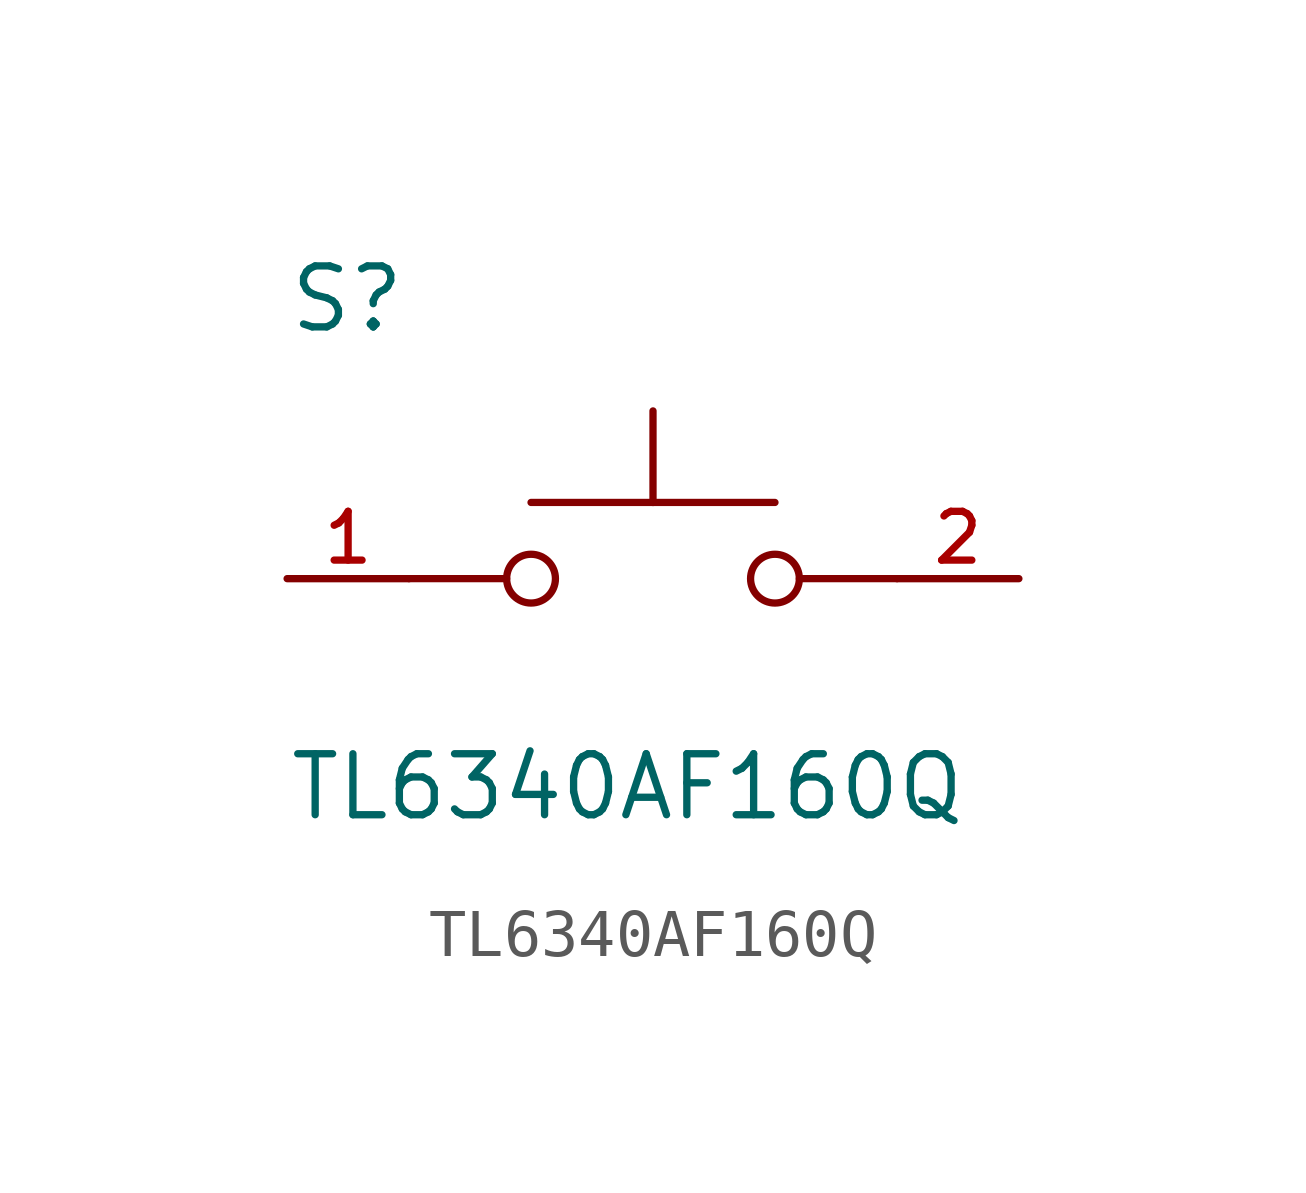
<source format=kicad_sym>
(kicad_symbol_lib
  (version 20211014)
  (generator kicad_symbol_editor)
  (symbol "TL6340AF160Q"
    (pin_names
      (offset 1.016))
    (property "Reference" "S"
      (at -7.62 5.08 0)
      (effects (font (size 1.27 1.27)) (justify bottom left)))
    (property "Value" "TL6340AF160Q"
      (at -7.62 -5.08 0)
      (effects (font (size 1.27 1.27)) (justify bottom left)))
    (symbol "TL6340AF160Q_0_0"
      (circle (center 2.54 0.0) (radius 0.508) (stroke (width 0.152)) (fill (type none)))
      (polyline (pts (xy 5.08 0.0) (xy 3.048 0.0)) (stroke (width 0.152)))
      (polyline (pts (xy -5.08 0.0) (xy -3.048 0.0)) (stroke (width 0.152)))
      (circle (center -2.54 0.0) (radius 0.508) (stroke (width 0.152)) (fill (type none)))
      (polyline (pts (xy -2.54 1.587) (xy 0.0 1.587)) (stroke (width 0.152)))
      (polyline (pts (xy 0.0 1.587) (xy 2.54 1.587)) (stroke (width 0.152)))
      (polyline (pts (xy 0.0 1.587) (xy 0.0 3.493)) (stroke (width 0.152)))
      (pin passive line (at -7.62 0.0 0) (length 2.54) (name "~" (effects (font (size 1.016 1.016)))) (number "1" (effects (font (size 1.016 1.016)))))
      (pin passive line (at 7.62 0.0 180.0) (length 2.54) (name "~" (effects (font (size 1.016 1.016)))) (number "2" (effects (font (size 1.016 1.016))))))))
</source>
